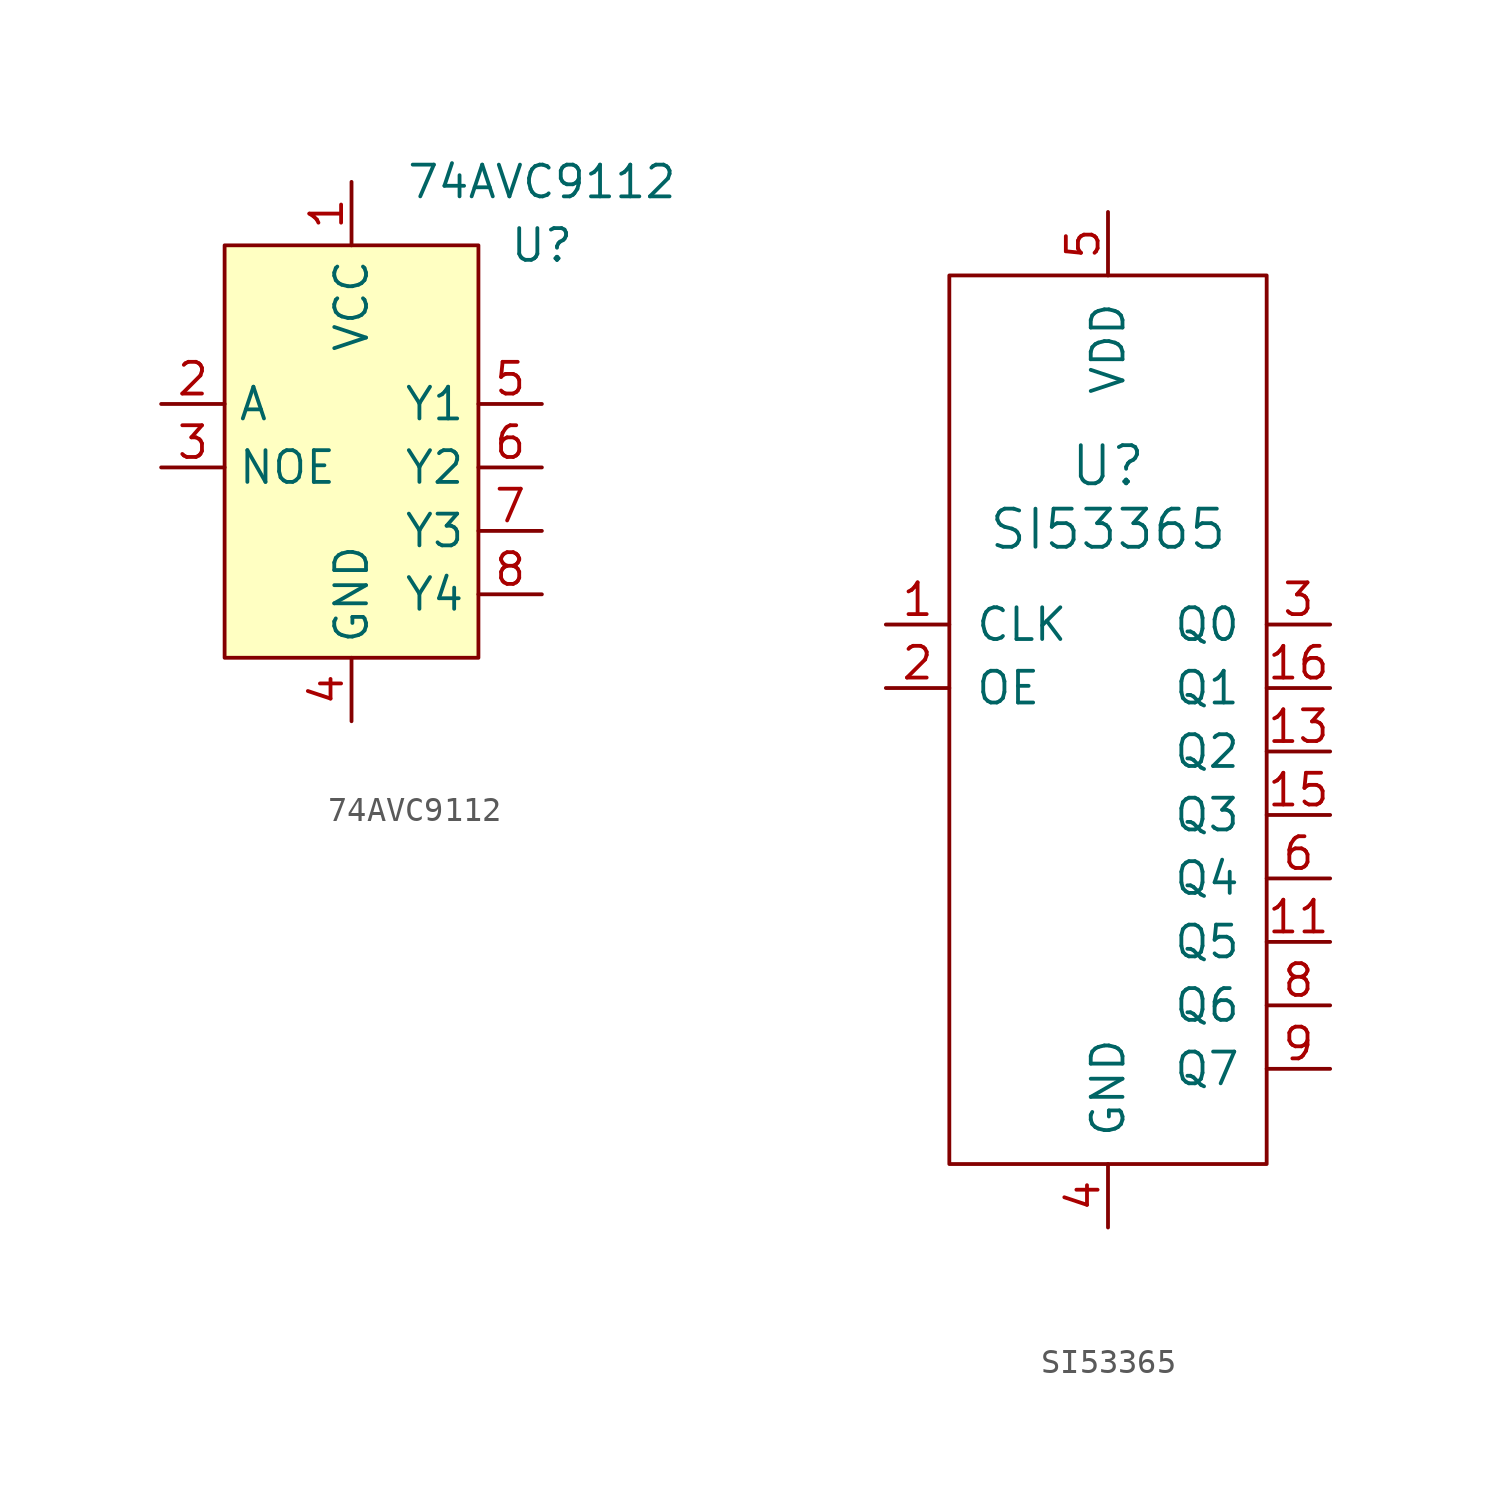
<source format=kicad_sym>
(kicad_symbol_lib
  (version 20211014)
  (generator kicad_symbol_editor)
  (symbol "74AVC9112"
    (property "Reference" "U"
      (at 8.89 0 0)
      (effects (font (size 1.27 1.27))))
    (property "Value" "74AVC9112"
      (at 8.89 2.54 0)
      (effects (font (size 1.27 1.27))))
    (symbol "74AVC9112_0_1"
      (rectangle (start -3.81 0) (end 6.35 -16.51) (stroke (width 0.152) (type default) (color 0 0 0 0)) (fill (type background))))
    (symbol "74AVC9112_1_1"
      (pin power_in line (at 1.27 2.54 270) (length 2.54) (name "VCC" (effects (font (size 1.27 1.27)))) (number "1" (effects (font (size 1.27 1.27)))))
      (pin input line (at -6.35 -6.35 0) (length 2.54) (name "A" (effects (font (size 1.27 1.27)))) (number "2" (effects (font (size 1.27 1.27)))))
      (pin input line (at -6.35 -8.89 0) (length 2.54) (name "NOE" (effects (font (size 1.27 1.27)))) (number "3" (effects (font (size 1.27 1.27)))))
      (pin power_in line (at 1.27 -19.05 90) (length 2.54) (name "GND" (effects (font (size 1.27 1.27)))) (number "4" (effects (font (size 1.27 1.27)))))
      (pin output line (at 8.89 -6.35 180) (length 2.54) (name "Y1" (effects (font (size 1.27 1.27)))) (number "5" (effects (font (size 1.27 1.27)))))
      (pin output line (at 8.89 -8.89 180) (length 2.54) (name "Y2" (effects (font (size 1.27 1.27)))) (number "6" (effects (font (size 1.27 1.27)))))
      (pin output line (at 8.89 -11.43 180) (length 2.54) (name "Y3" (effects (font (size 1.27 1.27)))) (number "7" (effects (font (size 1.27 1.27)))))
      (pin output line (at 8.89 -13.97 180) (length 2.54) (name "Y4" (effects (font (size 1.27 1.27)))) (number "8" (effects (font (size 1.27 1.27)))))))
  (symbol "SI53365"
    (pin_names
      (offset 1.016))
    (property "Reference" "U"
      (at 0 8.89 0)
      (effects (font (size 1.524 1.524))))
    (property "Value" "SI53365"
      (at 0 6.35 0)
      (effects (font (size 1.524 1.524))))
    (symbol "SI53365_0_1"
      (rectangle (start -6.35 16.51) (end 6.35 -19.05) (stroke (width 0) (type default) (color 0 0 0 0)) (fill (type none))))
    (symbol "SI53365_1_1"
      (pin input line (at -8.89 2.54 0) (length 2.54) (name "CLK" (effects (font (size 1.27 1.27)))) (number "1" (effects (font (size 1.27 1.27)))))
      (pin passive line (at 0 19.05 270) (length 2.54) hide (name "VDD" (effects (font (size 1.27 1.27)))) (number "10" (effects (font (size 1.27 1.27)))))
      (pin output line (at 8.89 -10.16 180) (length 2.54) (name "Q5" (effects (font (size 1.27 1.27)))) (number "11" (effects (font (size 1.27 1.27)))))
      (pin passive line (at 0 -21.59 90) (length 2.54) hide (name "GND" (effects (font (size 1.27 1.27)))) (number "12" (effects (font (size 1.27 1.27)))))
      (pin output line (at 8.89 -2.54 180) (length 2.54) (name "Q2" (effects (font (size 1.27 1.27)))) (number "13" (effects (font (size 1.27 1.27)))))
      (pin passive line (at 0 19.05 270) (length 2.54) hide (name "VDD" (effects (font (size 1.27 1.27)))) (number "14" (effects (font (size 1.27 1.27)))))
      (pin output line (at 8.89 -5.08 180) (length 2.54) (name "Q3" (effects (font (size 1.27 1.27)))) (number "15" (effects (font (size 1.27 1.27)))))
      (pin output line (at 8.89 0 180) (length 2.54) (name "Q1" (effects (font (size 1.27 1.27)))) (number "16" (effects (font (size 1.27 1.27)))))
      (pin input line (at -8.89 0 0) (length 2.54) (name "OE" (effects (font (size 1.27 1.27)))) (number "2" (effects (font (size 1.27 1.27)))))
      (pin output line (at 8.89 2.54 180) (length 2.54) (name "Q0" (effects (font (size 1.27 1.27)))) (number "3" (effects (font (size 1.27 1.27)))))
      (pin passive line (at 0 -21.59 90) (length 2.54) (name "GND" (effects (font (size 1.27 1.27)))) (number "4" (effects (font (size 1.27 1.27)))))
      (pin passive line (at 0 19.05 270) (length 2.54) (name "VDD" (effects (font (size 1.27 1.27)))) (number "5" (effects (font (size 1.27 1.27)))))
      (pin output line (at 8.89 -7.62 180) (length 2.54) (name "Q4" (effects (font (size 1.27 1.27)))) (number "6" (effects (font (size 1.27 1.27)))))
      (pin passive line (at 0 -21.59 90) (length 2.54) hide (name "GND" (effects (font (size 1.27 1.27)))) (number "7" (effects (font (size 1.27 1.27)))))
      (pin output line (at 8.89 -12.7 180) (length 2.54) (name "Q6" (effects (font (size 1.27 1.27)))) (number "8" (effects (font (size 1.27 1.27)))))
      (pin output line (at 8.89 -15.24 180) (length 2.54) (name "Q7" (effects (font (size 1.27 1.27)))) (number "9" (effects (font (size 1.27 1.27))))))))
</source>
